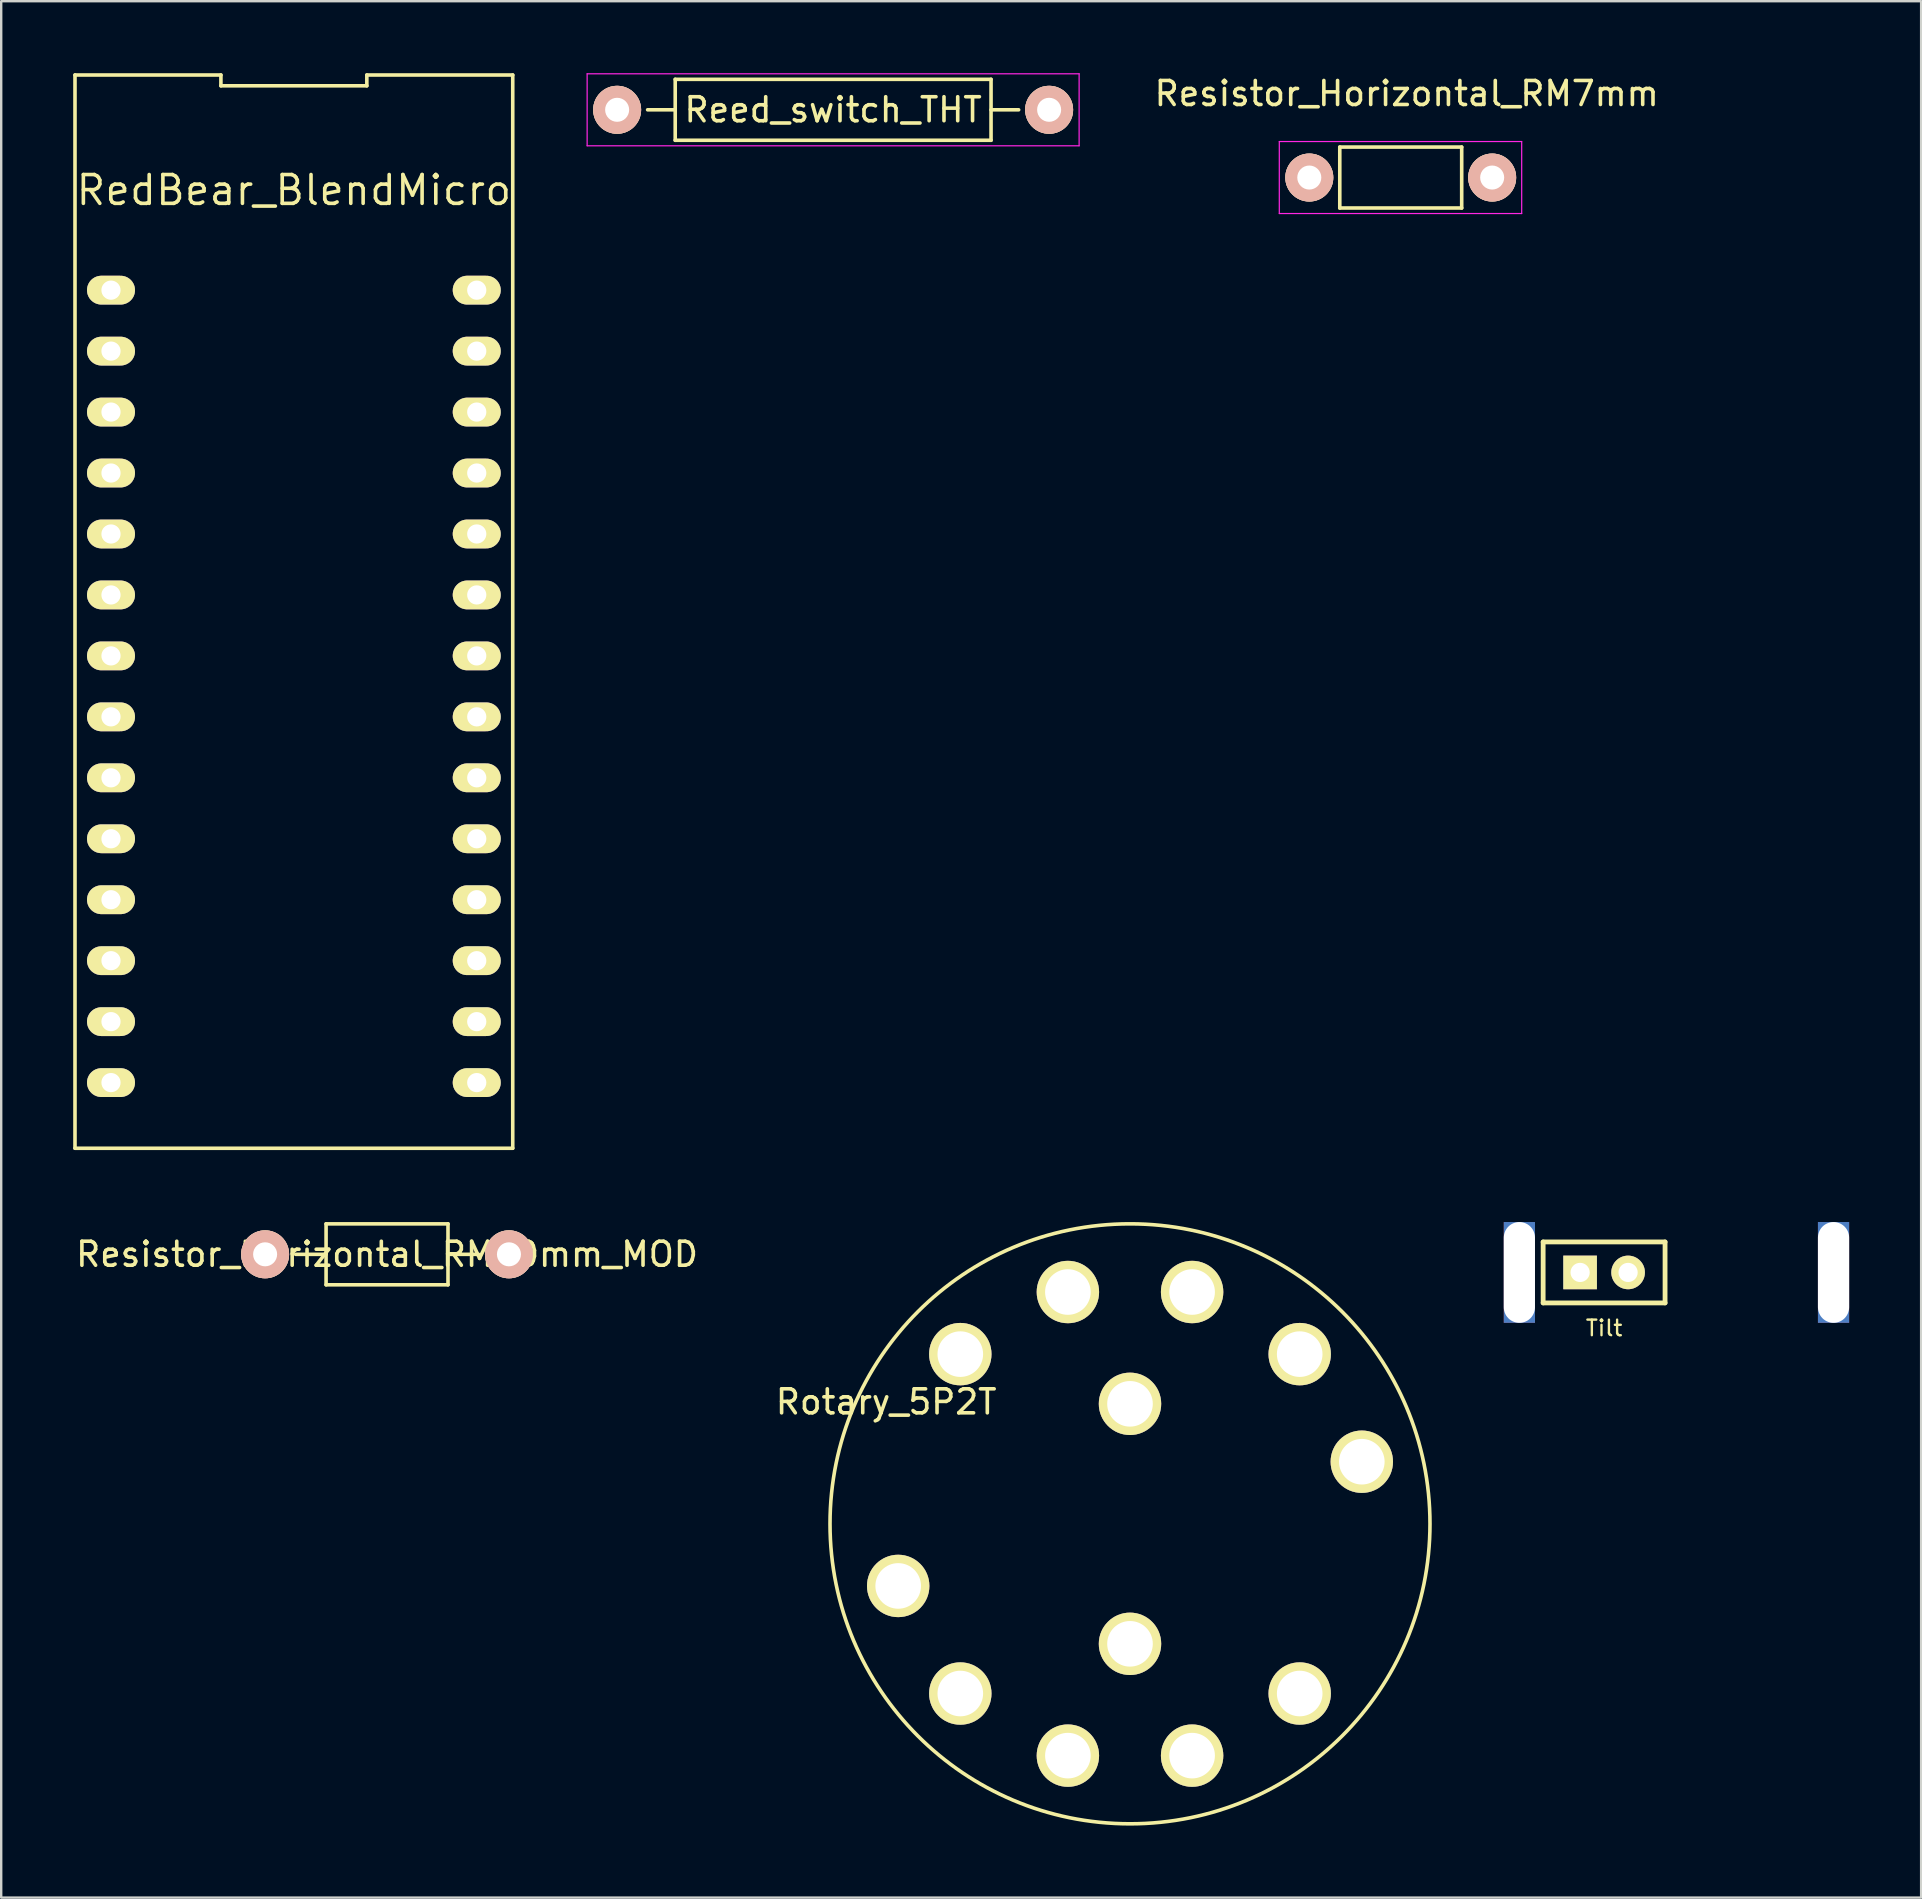
<source format=kicad_pcb>
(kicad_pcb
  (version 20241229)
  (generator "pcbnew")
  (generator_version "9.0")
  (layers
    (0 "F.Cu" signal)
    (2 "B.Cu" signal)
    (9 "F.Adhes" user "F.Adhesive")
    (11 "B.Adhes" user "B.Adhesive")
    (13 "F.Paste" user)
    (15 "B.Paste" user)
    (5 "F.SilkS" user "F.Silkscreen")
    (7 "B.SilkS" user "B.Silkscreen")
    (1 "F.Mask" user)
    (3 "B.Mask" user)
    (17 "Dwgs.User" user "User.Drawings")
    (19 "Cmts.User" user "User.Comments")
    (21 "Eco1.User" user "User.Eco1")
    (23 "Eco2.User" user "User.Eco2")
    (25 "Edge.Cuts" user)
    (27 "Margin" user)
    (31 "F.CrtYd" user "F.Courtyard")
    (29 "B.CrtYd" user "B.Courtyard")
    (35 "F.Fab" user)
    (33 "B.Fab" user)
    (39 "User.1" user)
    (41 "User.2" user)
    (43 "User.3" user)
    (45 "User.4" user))
  (footprint "Tilt"
    (layer "F.Cu")
    (at 63.79 49.97)
    (property "Reference" "Tilt" (at 0 2.32 180) (layer "F.SilkS") (effects (font (size 0.65 0.65) (thickness 0.098))))
    (attr through_hole)
    (fp_line (start -2.54 -1.27) (end 2.54 -1.27) (stroke (width 0.2) (type solid)) (layer "F.SilkS"))
    (fp_line (start -2.54 1.27) (end -2.54 -1.27) (stroke (width 0.2) (type solid)) (layer "F.SilkS"))
    (fp_line (start -2.54 1.27) (end 2.54 1.27) (stroke (width 0.2) (type solid)) (layer "F.SilkS"))
    (fp_line (start 2.54 1.27) (end 2.54 -1.27) (stroke (width 0.2) (type solid)) (layer "F.SilkS"))
    (pad "" np_thru_hole rect (at -3.53 0) (size 1.3 4.2) (drill oval 1.3 4.2) (layers "*.Cu" "Eco1.User" "Eco2.User"))
    (pad "" np_thru_hole rect (at 9.56 0) (size 1.3 4.2) (drill oval 1.3 4.2) (layers "*.Cu" "Eco2.User"))
    (pad "1" thru_hole rect (at -1 0 90) (size 1.4 1.4) (drill 0.8) (layers "*.Cu" "*.Mask" "F.SilkS"))
    (pad "2" thru_hole circle (at 1 0 90) (size 1.4 1.4) (drill 0.8) (layers "*.Cu" "*.Mask" "F.SilkS")))
  (footprint "Reed_switch_THT"
    (layer "F.Cu")
    (at 22.665 1.525)
    (property "Reference" "Reed_switch_THT" (at 9 0 0) (layer "F.SilkS") (effects (font (size 1 1) (thickness 0.15))))
    (attr through_hole)
    (fp_line (start 1.27 0) (end 2.42 0) (stroke (width 0.15) (type solid)) (layer "F.SilkS"))
    (fp_line (start 2.42 -1.27) (end 2.42 1.27) (stroke (width 0.15) (type solid)) (layer "F.SilkS"))
    (fp_line (start 2.42 1.27) (end 15.58 1.27) (stroke (width 0.15) (type solid)) (layer "F.SilkS"))
    (fp_line (start 15.58 -1.27) (end 2.42 -1.27) (stroke (width 0.15) (type solid)) (layer "F.SilkS"))
    (fp_line (start 15.58 1.27) (end 15.58 -1.27) (stroke (width 0.15) (type solid)) (layer "F.SilkS"))
    (fp_line (start 16.73 0) (end 15.58 0) (stroke (width 0.15) (type solid)) (layer "F.SilkS"))
    (fp_line (start -1.25 -1.5) (end 19.25 -1.5) (stroke (width 0.05) (type solid)) (layer "F.CrtYd"))
    (fp_line (start -1.25 1.5) (end -1.25 -1.5) (stroke (width 0.05) (type solid)) (layer "F.CrtYd"))
    (fp_line (start 19.25 -1.5) (end 19.25 1.5) (stroke (width 0.05) (type solid)) (layer "F.CrtYd"))
    (fp_line (start 19.25 1.5) (end -1.25 1.5) (stroke (width 0.05) (type solid)) (layer "F.CrtYd"))
    (pad "1" thru_hole circle (at 0 0) (size 1.999 1.999) (drill 1.001) (layers "*.Cu" "*.SilkS" "*.Mask"))
    (pad "2" thru_hole circle (at 18 0) (size 1.999 1.999) (drill 1.001) (layers "*.Cu" "*.SilkS" "*.Mask")))
  (footprint "Rotary_5P2T"
    (layer "F.Cu")
    (at 44.035 60.445)
    (property "Reference" "Rotary_5P2T" (at -10.16 -5.08 0) (layer "F.SilkS") (effects (font (size 1 1) (thickness 0.15))))
    (attr through_hole)
    (fp_circle (center 0 0) (end -12.5 0) (stroke (width 0.15) (type solid)) (fill no) (layer "F.SilkS"))
    (pad "1" thru_hole circle (at 0 -5) (size 2.6 2.6) (drill 1.9) (layers "*.Cu" "*.Mask" "F.SilkS"))
    (pad "2" thru_hole circle (at -7.071 -7.071) (size 2.6 2.6) (drill 1.9) (layers "*.Cu" "*.Mask" "F.SilkS"))
    (pad "3" thru_hole circle (at -2.588 -9.659) (size 2.6 2.6) (drill 1.9) (layers "*.Cu" "*.Mask" "F.SilkS"))
    (pad "4" thru_hole circle (at 2.588 -9.659) (size 2.6 2.6) (drill 1.9) (layers "*.Cu" "*.Mask" "F.SilkS"))
    (pad "5" thru_hole circle (at 7.071 -7.071) (size 2.6 2.6) (drill 1.9) (layers "*.Cu" "*.Mask" "F.SilkS"))
    (pad "6" thru_hole circle (at 9.659 -2.588) (size 2.6 2.6) (drill 1.9) (layers "*.Cu" "*.Mask" "F.SilkS"))
    (pad "7" thru_hole circle (at 7.071 7.071) (size 2.6 2.6) (drill 1.9) (layers "*.Cu" "*.Mask" "F.SilkS"))
    (pad "8" thru_hole circle (at 2.588 9.659) (size 2.6 2.6) (drill 1.9) (layers "*.Cu" "*.Mask" "F.SilkS"))
    (pad "9" thru_hole circle (at -2.588 9.659) (size 2.6 2.6) (drill 1.9) (layers "*.Cu" "*.Mask" "F.SilkS"))
    (pad "10" thru_hole circle (at -7.071 7.071) (size 2.6 2.6) (drill 1.9) (layers "*.Cu" "*.Mask" "F.SilkS"))
    (pad "11" thru_hole circle (at -9.659 2.588) (size 2.6 2.6) (drill 1.9) (layers "*.Cu" "*.Mask" "F.SilkS"))
    (pad "12" thru_hole circle (at 0 5) (size 2.6 2.6) (drill 1.9) (layers "*.Cu" "*.Mask" "F.SilkS")))
  (footprint "Resistor_Horizontal_RM10mm_MOD"
    (layer "F.Cu")
    (at 13.077 49.215)
    (property "Reference" "Resistor_Horizontal_RM10mm_MOD" (at 0 0 180) (layer "F.SilkS") (effects (font (size 1 1) (thickness 0.15))))
    (attr through_hole)
    (fp_line (start -2.54 -1.27) (end 2.54 -1.27) (stroke (width 0.15) (type solid)) (layer "F.SilkS"))
    (fp_line (start -2.54 0) (end -3.81 0) (stroke (width 0.15) (type solid)) (layer "F.SilkS"))
    (fp_line (start -2.54 1.27) (end -2.54 -1.27) (stroke (width 0.15) (type solid)) (layer "F.SilkS"))
    (fp_line (start 2.54 -1.27) (end 2.54 1.27) (stroke (width 0.15) (type solid)) (layer "F.SilkS"))
    (fp_line (start 2.54 0) (end 3.81 0) (stroke (width 0.15) (type solid)) (layer "F.SilkS"))
    (fp_line (start 2.54 1.27) (end -2.54 1.27) (stroke (width 0.15) (type solid)) (layer "F.SilkS"))
    (pad "1" thru_hole circle (at -5.08 0) (size 1.999 1.999) (drill 1.001) (layers "*.Cu" "*.SilkS" "*.Mask"))
    (pad "2" thru_hole circle (at 5.08 0) (size 1.999 1.999) (drill 1.001) (layers "*.Cu" "*.SilkS" "*.Mask")))
  (footprint "RedBear_BlendMicro"
    (layer "F.Cu")
    (at 9.83 25.55)
    (property "Reference" "RedBear_BlendMicro" (at -0.635 -20.675 0) (layer "F.SilkS") (effects (font (size 1.2 1.2) (thickness 0.15))))
    (attr through_hole)
    (fp_line (start -9.755 19.245) (end 8.485 19.245) (stroke (width 0.15) (type solid)) (layer "F.SilkS"))
    (fp_line (start -9.755 -25.475) (end -9.755 19.245) (stroke (width 0.15) (type solid)) (layer "F.SilkS"))
    (fp_line (start -3.675 -25.475) (end -9.755 -25.475) (stroke (width 0.15) (type solid)) (layer "F.SilkS"))
    (fp_line (start -3.675 -25.025) (end -3.675 -25.475) (stroke (width 0.15) (type solid)) (layer "F.SilkS"))
    (fp_line (start 2.405 -25.475) (end 2.405 -25.025) (stroke (width 0.15) (type solid)) (layer "F.SilkS"))
    (fp_line (start 2.405 -25.025) (end -3.675 -25.025) (stroke (width 0.15) (type solid)) (layer "F.SilkS"))
    (fp_line (start 8.485 19.245) (end 8.485 -25.475) (stroke (width 0.15) (type solid)) (layer "F.SilkS"))
    (fp_line (start 8.485 -25.475) (end 2.405 -25.475) (stroke (width 0.15) (type solid)) (layer "F.SilkS"))
    (pad "1" thru_hole oval (at -8.255 -16.51 270) (size 1.2 2) (drill 0.8) (layers "*.Cu" "*.Mask" "F.SilkS"))
    (pad "2" thru_hole oval (at -8.255 -13.97 270) (size 1.2 2) (drill 0.8) (layers "*.Cu" "*.Mask" "F.SilkS"))
    (pad "3" thru_hole oval (at -8.255 -11.43 270) (size 1.2 2) (drill 0.8) (layers "*.Cu" "*.Mask" "F.SilkS"))
    (pad "4" thru_hole oval (at -8.255 -8.89 270) (size 1.2 2) (drill 0.8) (layers "*.Cu" "*.Mask" "F.SilkS"))
    (pad "5" thru_hole oval (at -8.255 -6.35 270) (size 1.2 2) (drill 0.8) (layers "*.Cu" "*.Mask" "F.SilkS"))
    (pad "6" thru_hole oval (at -8.255 -3.81 270) (size 1.2 2) (drill 0.8) (layers "*.Cu" "*.Mask" "F.SilkS"))
    (pad "7" thru_hole oval (at -8.255 -1.27 270) (size 1.2 2) (drill 0.8) (layers "*.Cu" "*.Mask" "F.SilkS"))
    (pad "8" thru_hole oval (at -8.255 1.27 270) (size 1.2 2) (drill 0.8) (layers "*.Cu" "*.Mask" "F.SilkS"))
    (pad "9" thru_hole oval (at -8.255 3.81 270) (size 1.2 2) (drill 0.8) (layers "*.Cu" "*.Mask" "F.SilkS"))
    (pad "10" thru_hole oval (at -8.255 6.35 270) (size 1.2 2) (drill 0.8) (layers "*.Cu" "*.Mask" "F.SilkS"))
    (pad "11" thru_hole oval (at -8.255 8.89 270) (size 1.2 2) (drill 0.8) (layers "*.Cu" "*.Mask" "F.SilkS"))
    (pad "12" thru_hole oval (at -8.255 11.43 270) (size 1.2 2) (drill 0.8) (layers "*.Cu" "*.Mask" "F.SilkS"))
    (pad "13" thru_hole oval (at -8.255 13.97 270) (size 1.2 2) (drill 0.8) (layers "*.Cu" "*.Mask" "F.SilkS"))
    (pad "14" thru_hole oval (at -8.255 16.51 270) (size 1.2 2) (drill 0.8) (layers "*.Cu" "*.Mask" "F.SilkS"))
    (pad "15" thru_hole oval (at 6.985 16.51 270) (size 1.2 2) (drill 0.8) (layers "*.Cu" "*.Mask" "F.SilkS"))
    (pad "16" thru_hole oval (at 6.985 13.97 270) (size 1.2 2) (drill 0.8) (layers "*.Cu" "*.Mask" "F.SilkS"))
    (pad "17" thru_hole oval (at 6.985 11.43 270) (size 1.2 2) (drill 0.8) (layers "*.Cu" "*.Mask" "F.SilkS"))
    (pad "18" thru_hole oval (at 6.985 8.89 270) (size 1.2 2) (drill 0.8) (layers "*.Cu" "*.Mask" "F.SilkS"))
    (pad "19" thru_hole oval (at 6.985 6.35 270) (size 1.2 2) (drill 0.8) (layers "*.Cu" "*.Mask" "F.SilkS"))
    (pad "20" thru_hole oval (at 6.985 3.81 270) (size 1.2 2) (drill 0.8) (layers "*.Cu" "*.Mask" "F.SilkS"))
    (pad "21" thru_hole oval (at 6.985 1.27 270) (size 1.2 2) (drill 0.8) (layers "*.Cu" "*.Mask" "F.SilkS"))
    (pad "22" thru_hole oval (at 6.985 -1.27 270) (size 1.2 2) (drill 0.8) (layers "*.Cu" "*.Mask" "F.SilkS"))
    (pad "23" thru_hole oval (at 6.985 -3.81 270) (size 1.2 2) (drill 0.8) (layers "*.Cu" "*.Mask" "F.SilkS"))
    (pad "24" thru_hole oval (at 6.985 -6.35 270) (size 1.2 2) (drill 0.8) (layers "*.Cu" "*.Mask" "F.SilkS"))
    (pad "25" thru_hole oval (at 6.985 -8.89 270) (size 1.2 2) (drill 0.8) (layers "*.Cu" "*.Mask" "F.SilkS"))
    (pad "26" thru_hole oval (at 6.985 -11.43 270) (size 1.2 2) (drill 0.8) (layers "*.Cu" "*.Mask" "F.SilkS"))
    (pad "27" thru_hole oval (at 6.985 -13.97 270) (size 1.2 2) (drill 0.8) (layers "*.Cu" "*.Mask" "F.SilkS"))
    (pad "28" thru_hole oval (at 6.985 -16.51 270) (size 1.2 2) (drill 0.8) (layers "*.Cu" "*.Mask" "F.SilkS")))
  (footprint "Resistor_Horizontal_RM7mm"
    (layer "F.Cu")
    (at 51.506 4.348)
    (property "Reference" "Resistor_Horizontal_RM7mm" (at 4.059 -3.5 0) (layer "F.SilkS") (effects (font (size 1 1) (thickness 0.15))))
    (attr through_hole)
    (fp_line (start 1.27 -1.27) (end 6.35 -1.27) (stroke (width 0.15) (type solid)) (layer "F.SilkS"))
    (fp_line (start 1.27 1.27) (end 1.27 -1.27) (stroke (width 0.15) (type solid)) (layer "F.SilkS"))
    (fp_line (start 6.35 -1.27) (end 6.35 1.27) (stroke (width 0.15) (type solid)) (layer "F.SilkS"))
    (fp_line (start 6.35 1.27) (end 1.27 1.27) (stroke (width 0.15) (type solid)) (layer "F.SilkS"))
    (fp_line (start -1.25 -1.5) (end 8.85 -1.5) (stroke (width 0.05) (type solid)) (layer "F.CrtYd"))
    (fp_line (start -1.25 1.5) (end -1.25 -1.5) (stroke (width 0.05) (type solid)) (layer "F.CrtYd"))
    (fp_line (start -1.25 1.5) (end 8.85 1.5) (stroke (width 0.05) (type solid)) (layer "F.CrtYd"))
    (fp_line (start 8.85 -1.5) (end 8.85 1.5) (stroke (width 0.05) (type solid)) (layer "F.CrtYd"))
    (pad "1" thru_hole circle (at 0 0) (size 1.999 1.999) (drill 1.001) (layers "*.Cu" "*.SilkS" "*.Mask"))
    (pad "2" thru_hole circle (at 7.62 0) (size 1.999 1.999) (drill 1.001) (layers "*.Cu" "*.SilkS" "*.Mask")))
  (gr_rect
    (start -3 -3)
    (end 77 76.02)
    (stroke (width 0.1) (type default))
    (fill no)
    (layer "Edge.Cuts")))
</source>
